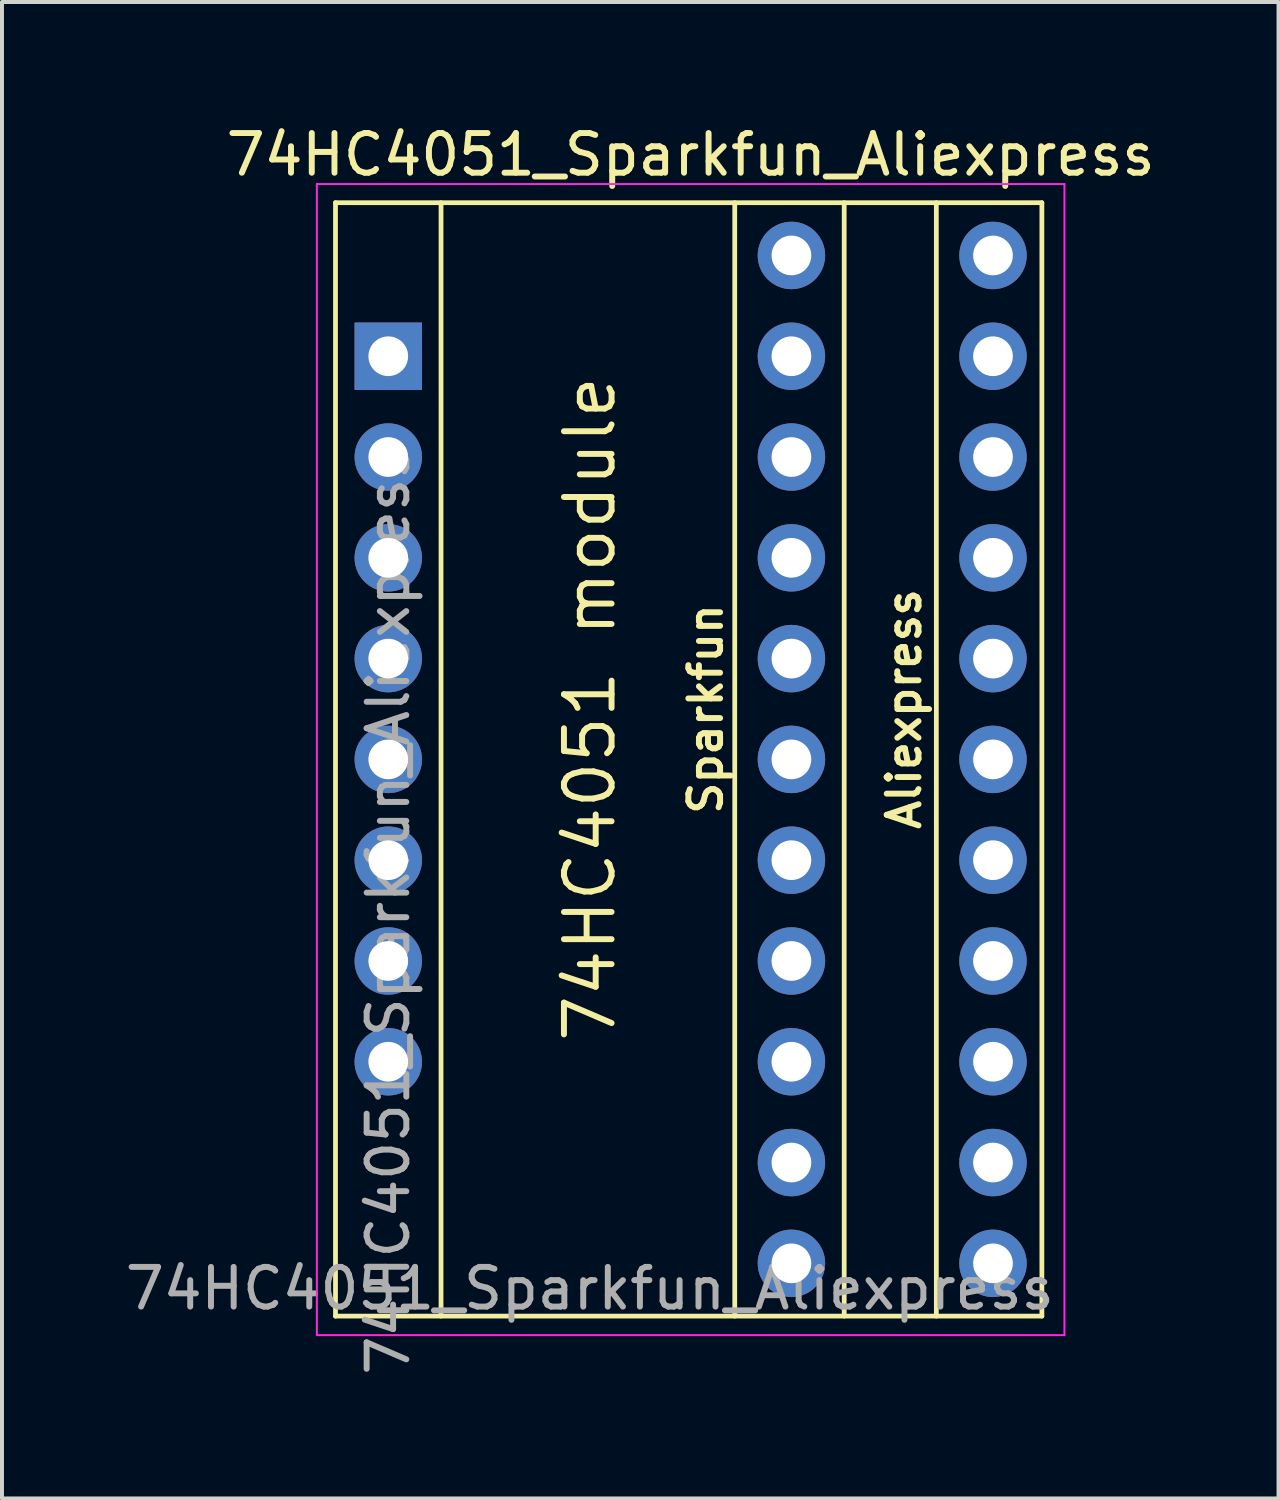
<source format=kicad_pcb>
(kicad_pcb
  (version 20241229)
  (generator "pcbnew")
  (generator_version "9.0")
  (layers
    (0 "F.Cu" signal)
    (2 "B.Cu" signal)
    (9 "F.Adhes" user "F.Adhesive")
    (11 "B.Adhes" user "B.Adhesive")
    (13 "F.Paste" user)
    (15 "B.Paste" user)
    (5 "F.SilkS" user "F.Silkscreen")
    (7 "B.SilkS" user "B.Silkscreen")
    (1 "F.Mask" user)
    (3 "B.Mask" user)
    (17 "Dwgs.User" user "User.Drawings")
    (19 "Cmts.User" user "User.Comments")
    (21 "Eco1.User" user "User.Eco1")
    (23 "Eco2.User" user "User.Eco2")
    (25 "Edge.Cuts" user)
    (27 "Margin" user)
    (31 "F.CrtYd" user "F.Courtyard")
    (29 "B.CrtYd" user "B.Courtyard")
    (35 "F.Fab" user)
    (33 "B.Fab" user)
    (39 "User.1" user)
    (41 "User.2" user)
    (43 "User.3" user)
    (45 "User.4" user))
  (footprint "74HC4051_Sparkfun_Aliexpress"
    (layer "F.Cu")
    (at 6.735 3.388)
    (property "Reference" "74HC4051_Sparkfun_Aliexpress" (at 7.62 -2.54 0) (layer "F.SilkS") (effects (font (size 1 1) (thickness 0.15))))
    (attr through_hole)
    (fp_line (start -1.33 -1.33) (end -1.33 26.73) (stroke (width 0.12) (type solid)) (layer "F.SilkS"))
    (fp_line (start -1.33 -1.33) (end 16.47 -1.33) (stroke (width 0.12) (type solid)) (layer "F.SilkS"))
    (fp_line (start -1.33 26.73) (end 16.472 26.73) (stroke (width 0.12) (type solid)) (layer "F.SilkS"))
    (fp_line (start 1.33 -1.33) (end 1.33 26.73) (stroke (width 0.12) (type solid)) (layer "F.SilkS"))
    (fp_line (start 8.732 -1.33) (end 8.732 26.73) (stroke (width 0.12) (type solid)) (layer "F.SilkS"))
    (fp_line (start 11.49 -1.33) (end 11.49 26.73) (stroke (width 0.12) (type solid)) (layer "F.SilkS"))
    (fp_line (start 13.812 -1.33) (end 13.812 26.73) (stroke (width 0.12) (type solid)) (layer "F.SilkS"))
    (fp_line (start 16.472 -1.33) (end 16.472 26.73) (stroke (width 0.12) (type solid)) (layer "F.SilkS"))
    (fp_line (start -1.8 -1.8) (end -1.8 27.21) (stroke (width 0.05) (type solid)) (layer "F.CrtYd"))
    (fp_line (start -1.8 27.21) (end 17.04 27.21) (stroke (width 0.05) (type solid)) (layer "F.CrtYd"))
    (fp_line (start 17.04 -1.8) (end -1.8 -1.8) (stroke (width 0.05) (type solid)) (layer "F.CrtYd"))
    (fp_line (start 17.04 27.21) (end 17.04 -1.8) (stroke (width 0.05) (type solid)) (layer "F.CrtYd"))
    (fp_text user "Sparkfun" (at 8 11.43 90) (layer "F.SilkS") (effects (font (size 0.8 0.8) (thickness 0.15))))
    (fp_text user "74HC4051 module" (at 5.08 11.43 90) (layer "F.SilkS") (effects (font (size 1.2 1.2) (thickness 0.15))))
    (fp_text user "Aliexpress" (at 13 11.43 90) (layer "F.SilkS") (effects (font (size 0.8 0.8) (thickness 0.15))))
    (fp_text user "${REFERENCE}" (at 5.08 26.035 180) (layer "F.Fab") (effects (font (size 1 1) (thickness 0.15))))
    (fp_text user "${REFERENCE}" (at 0 16.51 90) (layer "F.Fab") (effects (font (size 1 1) (thickness 0.15))))
    (pad "1" thru_hole rect (at 0 2.54) (size 1.7 1.7) (drill 1) (layers "*.Cu" "*.Mask"))
    (pad "2" thru_hole oval (at 0 5.08) (size 1.7 1.7) (drill 1) (layers "*.Cu" "*.Mask"))
    (pad "3" thru_hole oval (at 0 7.62) (size 1.7 1.7) (drill 1) (layers "*.Cu" "*.Mask"))
    (pad "4" thru_hole oval (at 0 10.16) (size 1.7 1.7) (drill 1) (layers "*.Cu" "*.Mask"))
    (pad "5" thru_hole oval (at 0 12.7) (size 1.7 1.7) (drill 1) (layers "*.Cu" "*.Mask"))
    (pad "6" thru_hole oval (at 0 15.24) (size 1.7 1.7) (drill 1) (layers "*.Cu" "*.Mask"))
    (pad "7" thru_hole oval (at 0 17.78) (size 1.7 1.7) (drill 1) (layers "*.Cu" "*.Mask"))
    (pad "8" thru_hole oval (at 0 20.32) (size 1.7 1.7) (drill 1) (layers "*.Cu" "*.Mask"))
    (pad "9" thru_hole oval (at 10.16 25.4) (size 1.7 1.7) (drill 1) (layers "*.Cu" "*.Mask"))
    (pad "9" thru_hole oval (at 15.24 25.4) (size 1.7 1.7) (drill 1) (layers "*.Cu" "*.Mask"))
    (pad "10" thru_hole oval (at 10.16 22.86) (size 1.7 1.7) (drill 1) (layers "*.Cu" "*.Mask"))
    (pad "10" thru_hole oval (at 15.24 22.86) (size 1.7 1.7) (drill 1) (layers "*.Cu" "*.Mask"))
    (pad "11" thru_hole oval (at 10.16 20.32) (size 1.7 1.7) (drill 1) (layers "*.Cu" "*.Mask"))
    (pad "11" thru_hole oval (at 15.24 20.32) (size 1.7 1.7) (drill 1) (layers "*.Cu" "*.Mask"))
    (pad "12" thru_hole oval (at 10.16 17.78) (size 1.7 1.7) (drill 1) (layers "*.Cu" "*.Mask"))
    (pad "12" thru_hole oval (at 15.24 17.78) (size 1.7 1.7) (drill 1) (layers "*.Cu" "*.Mask"))
    (pad "13" thru_hole oval (at 10.16 15.24) (size 1.7 1.7) (drill 1) (layers "*.Cu" "*.Mask"))
    (pad "13" thru_hole oval (at 15.24 15.24) (size 1.7 1.7) (drill 1) (layers "*.Cu" "*.Mask"))
    (pad "14" thru_hole oval (at 10.16 12.7) (size 1.7 1.7) (drill 1) (layers "*.Cu" "*.Mask"))
    (pad "14" thru_hole oval (at 15.24 12.7) (size 1.7 1.7) (drill 1) (layers "*.Cu" "*.Mask"))
    (pad "15" thru_hole oval (at 10.16 10.16) (size 1.7 1.7) (drill 1) (layers "*.Cu" "*.Mask"))
    (pad "15" thru_hole oval (at 15.24 10.16) (size 1.7 1.7) (drill 1) (layers "*.Cu" "*.Mask"))
    (pad "16" thru_hole oval (at 10.16 7.62) (size 1.7 1.7) (drill 1) (layers "*.Cu" "*.Mask"))
    (pad "16" thru_hole oval (at 15.24 7.62) (size 1.7 1.7) (drill 1) (layers "*.Cu" "*.Mask"))
    (pad "17" thru_hole oval (at 10.16 5.08) (size 1.7 1.7) (drill 1) (layers "*.Cu" "*.Mask"))
    (pad "17" thru_hole oval (at 15.24 5.08) (size 1.7 1.7) (drill 1) (layers "*.Cu" "*.Mask"))
    (pad "18" thru_hole oval (at 10.16 2.54) (size 1.7 1.7) (drill 1) (layers "*.Cu" "*.Mask"))
    (pad "18" thru_hole oval (at 15.24 2.54) (size 1.7 1.7) (drill 1) (layers "*.Cu" "*.Mask"))
    (pad "19" thru_hole circle (at 10.16 0) (size 1.7 1.7) (drill 1) (layers "*.Cu" "*.Mask"))
    (pad "19" thru_hole circle (at 15.24 0) (size 1.7 1.7) (drill 1) (layers "*.Cu" "*.Mask")))
  (gr_rect
    (start -3 -3)
    (end 29.171 34.714)
    (stroke (width 0.1) (type default))
    (fill no)
    (layer "Edge.Cuts")))
</source>
